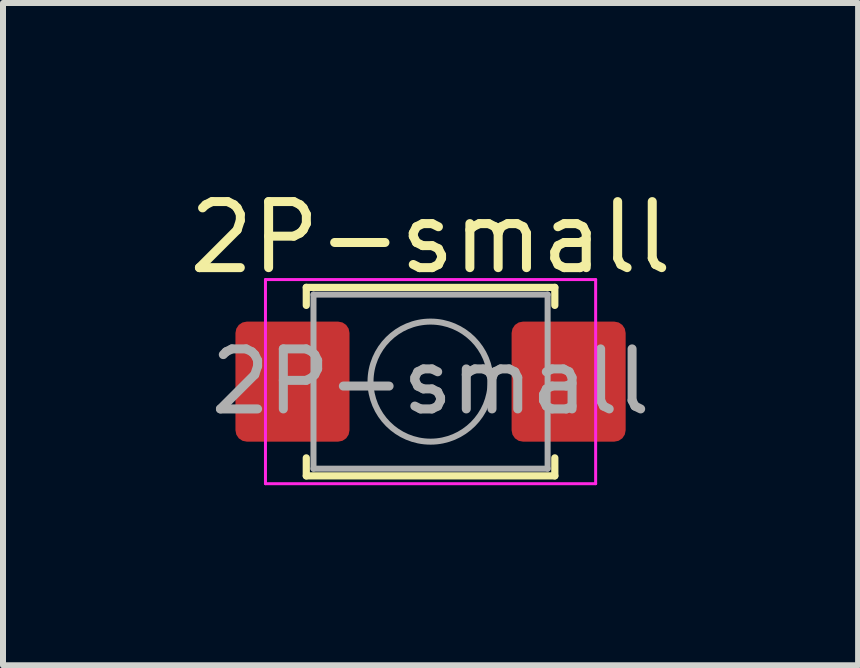
<source format=kicad_pcb>
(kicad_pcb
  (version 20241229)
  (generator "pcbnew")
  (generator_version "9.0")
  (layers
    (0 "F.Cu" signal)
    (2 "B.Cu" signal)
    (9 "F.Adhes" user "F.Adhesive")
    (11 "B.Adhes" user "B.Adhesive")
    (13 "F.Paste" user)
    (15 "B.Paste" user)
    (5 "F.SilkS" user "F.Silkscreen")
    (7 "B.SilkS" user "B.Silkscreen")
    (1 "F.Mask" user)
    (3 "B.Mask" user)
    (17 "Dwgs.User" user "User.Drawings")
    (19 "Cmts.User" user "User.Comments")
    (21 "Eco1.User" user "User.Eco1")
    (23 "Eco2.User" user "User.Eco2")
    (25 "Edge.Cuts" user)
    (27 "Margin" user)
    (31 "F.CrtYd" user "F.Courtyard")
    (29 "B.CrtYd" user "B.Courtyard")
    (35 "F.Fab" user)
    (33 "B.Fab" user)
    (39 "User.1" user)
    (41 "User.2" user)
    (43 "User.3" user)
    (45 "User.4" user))
  (footprint "2P-small"
    (layer "F.Cu")
    (at 4.122 3.307)
    (property "Reference" "2P-small" (at 0 -2.4 180) (layer "F.SilkS") (effects (font (size 1.1 1.1) (thickness 0.15))))
    (attr smd)
    (fp_line (start -2.07 -1.57) (end 2.07 -1.57) (stroke (width 0.12) (type solid)) (layer "F.SilkS"))
    (fp_line (start -2.07 -1.27) (end -2.07 -1.57) (stroke (width 0.12) (type solid)) (layer "F.SilkS"))
    (fp_line (start -2.07 1.57) (end -2.07 1.27) (stroke (width 0.12) (type solid)) (layer "F.SilkS"))
    (fp_line (start 2.07 -1.57) (end 2.07 -1.27) (stroke (width 0.12) (type solid)) (layer "F.SilkS"))
    (fp_line (start 2.07 1.27) (end 2.07 1.57) (stroke (width 0.12) (type solid)) (layer "F.SilkS"))
    (fp_line (start 2.07 1.57) (end -2.07 1.57) (stroke (width 0.12) (type solid)) (layer "F.SilkS"))
    (fp_line (start -2.75 -1.7) (end 2.75 -1.7) (stroke (width 0.05) (type solid)) (layer "F.CrtYd"))
    (fp_line (start -2.75 1.7) (end -2.75 -1.7) (stroke (width 0.05) (type solid)) (layer "F.CrtYd"))
    (fp_line (start 2.75 -1.7) (end 2.75 1.7) (stroke (width 0.05) (type solid)) (layer "F.CrtYd"))
    (fp_line (start 2.75 1.7) (end -2.75 1.7) (stroke (width 0.05) (type solid)) (layer "F.CrtYd"))
    (fp_line (start -1.95 -1.45) (end 1.95 -1.45) (stroke (width 0.1) (type solid)) (layer "F.Fab"))
    (fp_line (start -1.95 1.45) (end -1.95 -1.45) (stroke (width 0.1) (type solid)) (layer "F.Fab"))
    (fp_line (start 1.95 -1.45) (end 1.95 1.45) (stroke (width 0.1) (type solid)) (layer "F.Fab"))
    (fp_line (start 1.95 1.45) (end -1.95 1.45) (stroke (width 0.1) (type solid)) (layer "F.Fab"))
    (fp_circle (center 0 0) (end 1 0) (stroke (width 0.1) (type solid)) (fill no) (layer "F.Fab"))
    (fp_text user "${REFERENCE}" (at 0 0 180) (layer "F.Fab") (effects (font (size 1 1) (thickness 0.15))))
    (pad "1" smd roundrect (at -2.3 0) (size 1.9 2) (layers "F.Cu" "F.Mask" "F.Paste") (roundrect_rratio 0.1))
    (pad "2" smd roundrect (at 2.3 0) (size 1.9 2) (layers "F.Cu" "F.Mask" "F.Paste") (roundrect_rratio 0.1)))
  (gr_rect
    (start -3 -3)
    (end 11.244 8.032)
    (stroke (width 0.1) (type default))
    (fill no)
    (layer "Edge.Cuts")))
</source>
